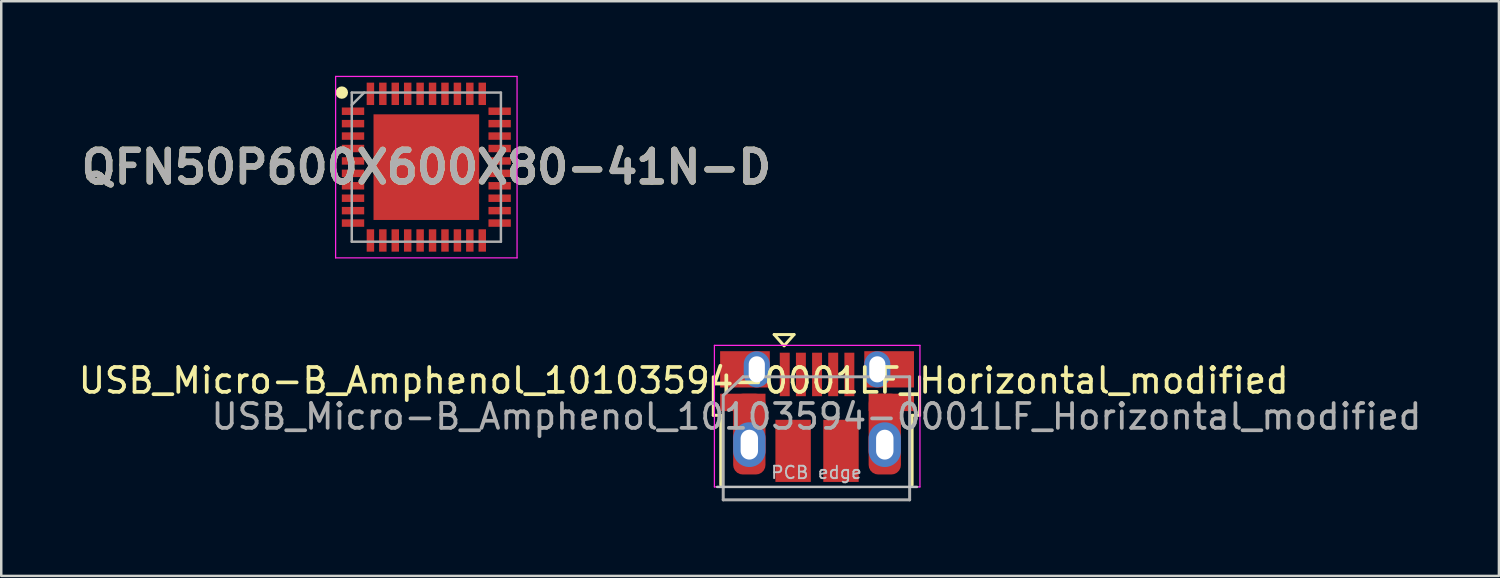
<source format=kicad_pcb>
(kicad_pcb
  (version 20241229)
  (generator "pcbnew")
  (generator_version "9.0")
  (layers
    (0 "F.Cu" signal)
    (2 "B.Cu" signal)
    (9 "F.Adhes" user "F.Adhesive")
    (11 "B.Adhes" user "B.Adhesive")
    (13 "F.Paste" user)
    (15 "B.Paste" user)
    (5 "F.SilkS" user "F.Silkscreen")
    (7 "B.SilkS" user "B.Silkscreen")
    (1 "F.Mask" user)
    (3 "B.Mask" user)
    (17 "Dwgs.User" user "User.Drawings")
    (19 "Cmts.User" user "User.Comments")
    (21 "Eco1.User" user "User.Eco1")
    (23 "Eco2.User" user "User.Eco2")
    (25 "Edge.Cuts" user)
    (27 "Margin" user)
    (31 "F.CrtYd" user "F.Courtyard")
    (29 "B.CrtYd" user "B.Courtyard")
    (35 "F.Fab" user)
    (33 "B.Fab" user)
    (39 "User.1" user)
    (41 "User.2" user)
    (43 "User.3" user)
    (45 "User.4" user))
  (footprint "QFN50P600X600X80-41N-D"
    (layer "F.Cu")
    (at 14.103 3.675)
    (property "Reference" "QFN50P600X600X80-41N-D" (at 0 0 0) (layer "F.SilkS") (effects (font (size 1.27 1.27) (thickness 0.254))))
    (attr smd)
    (fp_circle (center -3.4 -3) (end -3.4 -2.875) (stroke (width 0.25) (type solid)) (fill no) (layer "F.SilkS"))
    (fp_line (start -3.65 -3.65) (end 3.65 -3.65) (stroke (width 0.05) (type solid)) (layer "F.CrtYd"))
    (fp_line (start -3.65 3.65) (end -3.65 -3.65) (stroke (width 0.05) (type solid)) (layer "F.CrtYd"))
    (fp_line (start 3.65 -3.65) (end 3.65 3.65) (stroke (width 0.05) (type solid)) (layer "F.CrtYd"))
    (fp_line (start 3.65 3.65) (end -3.65 3.65) (stroke (width 0.05) (type solid)) (layer "F.CrtYd"))
    (fp_line (start -3 -3) (end 3 -3) (stroke (width 0.1) (type solid)) (layer "F.Fab"))
    (fp_line (start -3 -2.5) (end -2.5 -3) (stroke (width 0.1) (type solid)) (layer "F.Fab"))
    (fp_line (start -3 3) (end -3 -3) (stroke (width 0.1) (type solid)) (layer "F.Fab"))
    (fp_line (start 3 -3) (end 3 3) (stroke (width 0.1) (type solid)) (layer "F.Fab"))
    (fp_line (start 3 3) (end -3 3) (stroke (width 0.1) (type solid)) (layer "F.Fab"))
    (fp_text user "${REFERENCE}" (at 0 0 0) (layer "F.Fab") (effects (font (size 1.27 1.27) (thickness 0.254))))
    (pad "1" smd rect (at -2.95 -2.25 90) (size 0.3 0.9) (layers "F.Cu" "F.Mask" "F.Paste"))
    (pad "2" smd rect (at -2.95 -1.75 90) (size 0.3 0.9) (layers "F.Cu" "F.Mask" "F.Paste"))
    (pad "3" smd rect (at -2.95 -1.25 90) (size 0.3 0.9) (layers "F.Cu" "F.Mask" "F.Paste"))
    (pad "4" smd rect (at -2.95 -0.75 90) (size 0.3 0.9) (layers "F.Cu" "F.Mask" "F.Paste"))
    (pad "5" smd rect (at -2.95 -0.25 90) (size 0.3 0.9) (layers "F.Cu" "F.Mask" "F.Paste"))
    (pad "6" smd rect (at -2.95 0.25 90) (size 0.3 0.9) (layers "F.Cu" "F.Mask" "F.Paste"))
    (pad "7" smd rect (at -2.95 0.75 90) (size 0.3 0.9) (layers "F.Cu" "F.Mask" "F.Paste"))
    (pad "8" smd rect (at -2.95 1.25 90) (size 0.3 0.9) (layers "F.Cu" "F.Mask" "F.Paste"))
    (pad "9" smd rect (at -2.95 1.75 90) (size 0.3 0.9) (layers "F.Cu" "F.Mask" "F.Paste"))
    (pad "10" smd rect (at -2.95 2.25 90) (size 0.3 0.9) (layers "F.Cu" "F.Mask" "F.Paste"))
    (pad "11" smd rect (at -2.25 2.95) (size 0.3 0.9) (layers "F.Cu" "F.Mask" "F.Paste"))
    (pad "12" smd rect (at -1.75 2.95) (size 0.3 0.9) (layers "F.Cu" "F.Mask" "F.Paste"))
    (pad "13" smd rect (at -1.25 2.95) (size 0.3 0.9) (layers "F.Cu" "F.Mask" "F.Paste"))
    (pad "14" smd rect (at -0.75 2.95) (size 0.3 0.9) (layers "F.Cu" "F.Mask" "F.Paste"))
    (pad "15" smd rect (at -0.25 2.95) (size 0.3 0.9) (layers "F.Cu" "F.Mask" "F.Paste"))
    (pad "16" smd rect (at 0.25 2.95) (size 0.3 0.9) (layers "F.Cu" "F.Mask" "F.Paste"))
    (pad "17" smd rect (at 0.75 2.95) (size 0.3 0.9) (layers "F.Cu" "F.Mask" "F.Paste"))
    (pad "18" smd rect (at 1.25 2.95) (size 0.3 0.9) (layers "F.Cu" "F.Mask" "F.Paste"))
    (pad "19" smd rect (at 1.75 2.95) (size 0.3 0.9) (layers "F.Cu" "F.Mask" "F.Paste"))
    (pad "20" smd rect (at 2.25 2.95) (size 0.3 0.9) (layers "F.Cu" "F.Mask" "F.Paste"))
    (pad "21" smd rect (at 2.95 2.25 90) (size 0.3 0.9) (layers "F.Cu" "F.Mask" "F.Paste"))
    (pad "22" smd rect (at 2.95 1.75 90) (size 0.3 0.9) (layers "F.Cu" "F.Mask" "F.Paste"))
    (pad "23" smd rect (at 2.95 1.25 90) (size 0.3 0.9) (layers "F.Cu" "F.Mask" "F.Paste"))
    (pad "24" smd rect (at 2.95 0.75 90) (size 0.3 0.9) (layers "F.Cu" "F.Mask" "F.Paste"))
    (pad "25" smd rect (at 2.95 0.25 90) (size 0.3 0.9) (layers "F.Cu" "F.Mask" "F.Paste"))
    (pad "26" smd rect (at 2.95 -0.25 90) (size 0.3 0.9) (layers "F.Cu" "F.Mask" "F.Paste"))
    (pad "27" smd rect (at 2.95 -0.75 90) (size 0.3 0.9) (layers "F.Cu" "F.Mask" "F.Paste"))
    (pad "28" smd rect (at 2.95 -1.25 90) (size 0.3 0.9) (layers "F.Cu" "F.Mask" "F.Paste"))
    (pad "29" smd rect (at 2.95 -1.75 90) (size 0.3 0.9) (layers "F.Cu" "F.Mask" "F.Paste"))
    (pad "30" smd rect (at 2.95 -2.25 90) (size 0.3 0.9) (layers "F.Cu" "F.Mask" "F.Paste"))
    (pad "31" smd rect (at 2.25 -2.95) (size 0.3 0.9) (layers "F.Cu" "F.Mask" "F.Paste"))
    (pad "32" smd rect (at 1.75 -2.95) (size 0.3 0.9) (layers "F.Cu" "F.Mask" "F.Paste"))
    (pad "33" smd rect (at 1.25 -2.95) (size 0.3 0.9) (layers "F.Cu" "F.Mask" "F.Paste"))
    (pad "34" smd rect (at 0.75 -2.95) (size 0.3 0.9) (layers "F.Cu" "F.Mask" "F.Paste"))
    (pad "35" smd rect (at 0.25 -2.95) (size 0.3 0.9) (layers "F.Cu" "F.Mask" "F.Paste"))
    (pad "36" smd rect (at -0.25 -2.95) (size 0.3 0.9) (layers "F.Cu" "F.Mask" "F.Paste"))
    (pad "37" smd rect (at -0.75 -2.95) (size 0.3 0.9) (layers "F.Cu" "F.Mask" "F.Paste"))
    (pad "38" smd rect (at -1.25 -2.95) (size 0.3 0.9) (layers "F.Cu" "F.Mask" "F.Paste"))
    (pad "39" smd rect (at -1.75 -2.95) (size 0.3 0.9) (layers "F.Cu" "F.Mask" "F.Paste"))
    (pad "40" smd rect (at -2.25 -2.95) (size 0.3 0.9) (layers "F.Cu" "F.Mask" "F.Paste"))
    (pad "41" smd rect (at 0 0) (size 4.25 4.25) (layers "F.Cu" "F.Mask" "F.Paste")))
  (footprint "USB_Micro-B_Amphenol_10103594-0001LF_Horizontal_modified"
    (layer "F.Cu")
    (at 29.823 14.84)
    (property "Reference" "USB_Micro-B_Amphenol_10103594-0001LF_Horizontal_modified" (at -5.365 -2.58 180) (layer "F.SilkS") (effects (font (size 1 1) (thickness 0.15))))
    (attr smd)
    (fp_line (start -4.175 -1.18) (end -4.175 -2.73) (stroke (width 0.12) (type solid)) (layer "F.SilkS"))
    (fp_line (start -4.175 -1.18) (end -3.875 -1.18) (stroke (width 0.12) (type solid)) (layer "F.SilkS"))
    (fp_line (start -3.875 1.62) (end -3.875 -1.18) (stroke (width 0.12) (type solid)) (layer "F.SilkS"))
    (fp_line (start -1.725 -4.43) (end -0.925 -4.43) (stroke (width 0.12) (type solid)) (layer "F.SilkS"))
    (fp_line (start -1.325 -3.98) (end -1.725 -4.43) (stroke (width 0.12) (type solid)) (layer "F.SilkS"))
    (fp_line (start -0.925 -4.43) (end -1.325 -3.98) (stroke (width 0.12) (type solid)) (layer "F.SilkS"))
    (fp_line (start 3.825 -1.18) (end 4.125 -1.18) (stroke (width 0.12) (type solid)) (layer "F.SilkS"))
    (fp_line (start 3.825 1.62) (end 3.825 -1.18) (stroke (width 0.12) (type solid)) (layer "F.SilkS"))
    (fp_line (start 4.125 -1.18) (end 4.125 -2.73) (stroke (width 0.12) (type solid)) (layer "F.SilkS"))
    (fp_line (start -4.02 1.7) (end 4.02 1.7) (stroke (width 0.1) (type solid)) (layer "Dwgs.User"))
    (fp_line (start -4.13 -3.995) (end -4.13 1.7) (stroke (width 0.05) (type solid)) (layer "F.CrtYd"))
    (fp_line (start -4.13 -3.995) (end 4.14 -3.995) (stroke (width 0.05) (type solid)) (layer "F.CrtYd"))
    (fp_line (start 4.14 1.7) (end -4.13 1.7) (stroke (width 0.05) (type solid)) (layer "F.CrtYd"))
    (fp_line (start 4.14 1.7) (end 4.14 -3.995) (stroke (width 0.05) (type solid)) (layer "F.CrtYd"))
    (fp_line (start -3.775 -1.98) (end -2.975 -2.73) (stroke (width 0.12) (type solid)) (layer "F.Fab"))
    (fp_line (start -3.775 2.22) (end -3.775 -1.98) (stroke (width 0.12) (type solid)) (layer "F.Fab"))
    (fp_line (start -2.975 -2.73) (end 3.725 -2.73) (stroke (width 0.12) (type solid)) (layer "F.Fab"))
    (fp_line (start 3.725 -2.73) (end 3.725 2.22) (stroke (width 0.12) (type solid)) (layer "F.Fab"))
    (fp_line (start 3.725 2.22) (end -3.775 2.22) (stroke (width 0.12) (type solid)) (layer "F.Fab"))
    (fp_text user "PCB edge" (at -0.025 1.12 180) (layer "Dwgs.User") (effects (font (size 0.5 0.5) (thickness 0.075))))
    (fp_text user "${REFERENCE}" (at -0.025 -1.13 180) (layer "F.Fab") (effects (font (size 1 1) (thickness 0.15))))
    (pad "1" smd rect (at -1.3 -2.825 90) (size 1.75 0.4) (layers "F.Cu" "F.Mask" "F.Paste"))
    (pad "2" smd rect (at -0.65 -2.825 90) (size 1.75 0.4) (layers "F.Cu" "F.Mask" "F.Paste"))
    (pad "3" smd rect (at 0 -2.825 90) (size 1.75 0.4) (layers "F.Cu" "F.Mask" "F.Paste"))
    (pad "4" smd rect (at 0.65 -2.825 90) (size 1.75 0.4) (layers "F.Cu" "F.Mask" "F.Paste"))
    (pad "5" smd rect (at 1.3 -2.825 90) (size 1.75 0.4) (layers "F.Cu" "F.Mask" "F.Paste"))
    (pad "6" smd rect (at -2.987 -1.7) (size 1.825 0.7) (layers "F.Cu" "F.Mask" "F.Paste"))
    (pad "6" smd rect (at -2.9 -3.03) (size 2 1.46) (layers "F.Cu" "F.Mask" "F.Paste"))
    (pad "6" smd roundrect (at -2.725 -0.425) (size 1.3 3.25) (layers "F.Cu" "F.Mask" "F.Paste") (roundrect_rratio 0.296))
    (pad "6" thru_hole oval (at -2.725 0 90) (size 1.8 1.3) (drill oval 1.2 0.7) (layers "*.Cu" "*.Mask"))
    (pad "6" thru_hole oval (at -2.425 -3.03 90) (size 1.45 1.05) (drill oval 1.05 0.65) (layers "*.Cu" "*.Mask"))
    (pad "6" smd rect (at -0.963 0.25 90) (size 2.5 1.425) (layers "F.Cu" "F.Mask" "F.Paste"))
    (pad "6" smd rect (at 0.963 0.25 90) (size 2.5 1.425) (layers "F.Cu" "F.Mask" "F.Paste"))
    (pad "6" thru_hole oval (at 2.425 -3.03 90) (size 1.45 1.05) (drill oval 1.05 0.65) (layers "*.Cu" "*.Mask"))
    (pad "6" smd roundrect (at 2.725 -0.425) (size 1.3 3.25) (layers "F.Cu" "F.Mask" "F.Paste") (roundrect_rratio 0.296))
    (pad "6" thru_hole oval (at 2.725 0 90) (size 1.8 1.3) (drill oval 1.2 0.7) (layers "*.Cu" "*.Mask"))
    (pad "6" smd rect (at 2.9 -3.03) (size 2 1.46) (layers "F.Cu" "F.Mask" "F.Paste"))
    (pad "6" smd rect (at 2.987 -1.7) (size 1.825 0.7) (layers "F.Cu" "F.Mask" "F.Paste")))
  (gr_rect
    (start -3 -3)
    (end 57.257 20.12)
    (stroke (width 0.1) (type default))
    (fill no)
    (layer "Edge.Cuts")))
</source>
